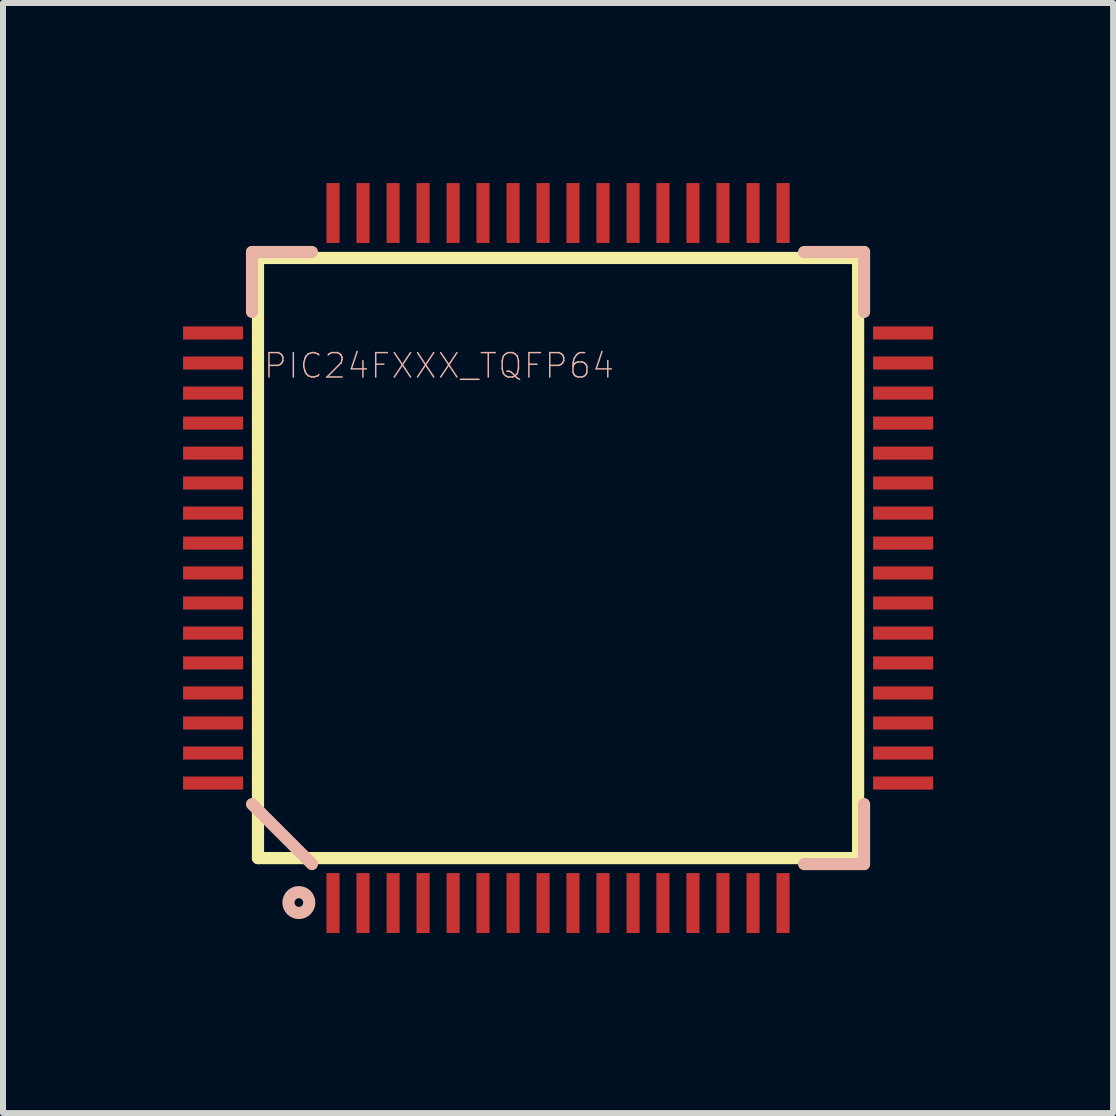
<source format=kicad_pcb>
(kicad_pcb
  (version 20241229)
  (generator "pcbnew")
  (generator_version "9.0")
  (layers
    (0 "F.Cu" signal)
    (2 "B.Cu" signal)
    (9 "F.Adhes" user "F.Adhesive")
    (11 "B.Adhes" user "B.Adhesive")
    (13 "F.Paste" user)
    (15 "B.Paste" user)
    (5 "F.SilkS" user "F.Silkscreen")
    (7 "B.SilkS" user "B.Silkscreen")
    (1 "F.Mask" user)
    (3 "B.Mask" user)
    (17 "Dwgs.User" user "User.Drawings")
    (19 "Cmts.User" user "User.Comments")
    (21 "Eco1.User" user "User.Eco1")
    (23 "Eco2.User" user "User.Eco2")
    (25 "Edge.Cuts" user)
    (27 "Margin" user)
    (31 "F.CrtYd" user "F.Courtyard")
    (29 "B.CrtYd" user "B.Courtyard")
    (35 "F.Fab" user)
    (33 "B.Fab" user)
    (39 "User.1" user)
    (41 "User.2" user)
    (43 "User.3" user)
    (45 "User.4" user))
  (footprint "PIC24FXXX_TQFP64"
    (layer "F.Cu")
    (at 6.247 6.247)
    (property "Reference" "PIC24FXXX_TQFP64" (at -1.984 -3.203 0) (layer "B.SilkS") (effects (font (size 0.406 0.406) (thickness 0.025))))
    (attr smd)
    (fp_line (start -4.999 -4.999) (end 4.999 -4.999) (stroke (width 0.203) (type solid)) (layer "F.SilkS"))
    (fp_line (start -4.999 4.999) (end -4.999 -4.999) (stroke (width 0.203) (type solid)) (layer "F.SilkS"))
    (fp_line (start 4.999 -4.999) (end 4.999 4.999) (stroke (width 0.203) (type solid)) (layer "F.SilkS"))
    (fp_line (start 4.999 4.999) (end -4.999 4.999) (stroke (width 0.203) (type solid)) (layer "F.SilkS"))
    (fp_line (start -5.098 -5.098) (end -4.1 -5.098) (stroke (width 0.203) (type solid)) (layer "B.SilkS"))
    (fp_line (start -5.098 -4.1) (end -5.098 -5.098) (stroke (width 0.203) (type solid)) (layer "B.SilkS"))
    (fp_line (start -5.098 4.1) (end -4.1 5.098) (stroke (width 0.203) (type solid)) (layer "B.SilkS"))
    (fp_line (start 4.1 -5.098) (end 5.098 -5.098) (stroke (width 0.203) (type solid)) (layer "B.SilkS"))
    (fp_line (start 4.1 5.098) (end 5.098 5.098) (stroke (width 0.203) (type solid)) (layer "B.SilkS"))
    (fp_line (start 5.098 -5.098) (end 5.098 -4.1) (stroke (width 0.203) (type solid)) (layer "B.SilkS"))
    (fp_line (start 5.098 5.098) (end 5.098 4.1) (stroke (width 0.203) (type solid)) (layer "B.SilkS"))
    (fp_circle (center -4.318 5.74) (end -4.369 5.791) (stroke (width 0.203) (type solid)) (fill no) (layer "B.SilkS"))
    (pad "1" smd rect (at -3.749 5.748) (size 0.218 0.998) (layers "F.Cu" "F.Mask" "F.Paste"))
    (pad "2" smd rect (at -3.249 5.748) (size 0.218 0.998) (layers "F.Cu" "F.Mask" "F.Paste"))
    (pad "3" smd rect (at -2.748 5.748) (size 0.218 0.998) (layers "F.Cu" "F.Mask" "F.Paste"))
    (pad "4" smd rect (at -2.248 5.748) (size 0.218 0.998) (layers "F.Cu" "F.Mask" "F.Paste"))
    (pad "5" smd rect (at -1.748 5.748) (size 0.218 0.998) (layers "F.Cu" "F.Mask" "F.Paste"))
    (pad "6" smd rect (at -1.25 5.748) (size 0.218 0.998) (layers "F.Cu" "F.Mask" "F.Paste"))
    (pad "7" smd rect (at -0.749 5.748) (size 0.218 0.998) (layers "F.Cu" "F.Mask" "F.Paste"))
    (pad "8" smd rect (at -0.249 5.748) (size 0.218 0.998) (layers "F.Cu" "F.Mask" "F.Paste"))
    (pad "9" smd rect (at 0.249 5.748) (size 0.218 0.998) (layers "F.Cu" "F.Mask" "F.Paste"))
    (pad "10" smd rect (at 0.749 5.748) (size 0.218 0.998) (layers "F.Cu" "F.Mask" "F.Paste"))
    (pad "11" smd rect (at 1.25 5.748) (size 0.218 0.998) (layers "F.Cu" "F.Mask" "F.Paste"))
    (pad "12" smd rect (at 1.748 5.748) (size 0.218 0.998) (layers "F.Cu" "F.Mask" "F.Paste"))
    (pad "13" smd rect (at 2.248 5.748) (size 0.218 0.998) (layers "F.Cu" "F.Mask" "F.Paste"))
    (pad "14" smd rect (at 2.748 5.748) (size 0.218 0.998) (layers "F.Cu" "F.Mask" "F.Paste"))
    (pad "15" smd rect (at 3.249 5.748) (size 0.218 0.998) (layers "F.Cu" "F.Mask" "F.Paste"))
    (pad "16" smd rect (at 3.749 5.748) (size 0.218 0.998) (layers "F.Cu" "F.Mask" "F.Paste"))
    (pad "17" smd rect (at 5.748 3.749 90) (size 0.218 0.998) (layers "F.Cu" "F.Mask" "F.Paste"))
    (pad "18" smd rect (at 5.748 3.249 90) (size 0.218 0.998) (layers "F.Cu" "F.Mask" "F.Paste"))
    (pad "19" smd rect (at 5.748 2.748 90) (size 0.218 0.998) (layers "F.Cu" "F.Mask" "F.Paste"))
    (pad "20" smd rect (at 5.748 2.248 90) (size 0.218 0.998) (layers "F.Cu" "F.Mask" "F.Paste"))
    (pad "21" smd rect (at 5.748 1.748 90) (size 0.218 0.998) (layers "F.Cu" "F.Mask" "F.Paste"))
    (pad "22" smd rect (at 5.748 1.25 90) (size 0.218 0.998) (layers "F.Cu" "F.Mask" "F.Paste"))
    (pad "23" smd rect (at 5.748 0.749 90) (size 0.218 0.998) (layers "F.Cu" "F.Mask" "F.Paste"))
    (pad "24" smd rect (at 5.748 0.249 90) (size 0.218 0.998) (layers "F.Cu" "F.Mask" "F.Paste"))
    (pad "25" smd rect (at 5.748 -0.249 90) (size 0.218 0.998) (layers "F.Cu" "F.Mask" "F.Paste"))
    (pad "26" smd rect (at 5.748 -0.749 90) (size 0.218 0.998) (layers "F.Cu" "F.Mask" "F.Paste"))
    (pad "27" smd rect (at 5.748 -1.25 90) (size 0.218 0.998) (layers "F.Cu" "F.Mask" "F.Paste"))
    (pad "28" smd rect (at 5.748 -1.748 90) (size 0.218 0.998) (layers "F.Cu" "F.Mask" "F.Paste"))
    (pad "29" smd rect (at 5.748 -2.248 90) (size 0.218 0.998) (layers "F.Cu" "F.Mask" "F.Paste"))
    (pad "30" smd rect (at 5.748 -2.748 90) (size 0.218 0.998) (layers "F.Cu" "F.Mask" "F.Paste"))
    (pad "31" smd rect (at 5.748 -3.249 90) (size 0.218 0.998) (layers "F.Cu" "F.Mask" "F.Paste"))
    (pad "32" smd rect (at 5.748 -3.749 90) (size 0.218 0.998) (layers "F.Cu" "F.Mask" "F.Paste"))
    (pad "33" smd rect (at 3.749 -5.748 180) (size 0.218 0.998) (layers "F.Cu" "F.Mask" "F.Paste"))
    (pad "34" smd rect (at 3.249 -5.748 180) (size 0.218 0.998) (layers "F.Cu" "F.Mask" "F.Paste"))
    (pad "35" smd rect (at 2.748 -5.748 180) (size 0.218 0.998) (layers "F.Cu" "F.Mask" "F.Paste"))
    (pad "36" smd rect (at 2.248 -5.748 180) (size 0.218 0.998) (layers "F.Cu" "F.Mask" "F.Paste"))
    (pad "37" smd rect (at 1.748 -5.748 180) (size 0.218 0.998) (layers "F.Cu" "F.Mask" "F.Paste"))
    (pad "38" smd rect (at 1.25 -5.748 180) (size 0.218 0.998) (layers "F.Cu" "F.Mask" "F.Paste"))
    (pad "39" smd rect (at 0.749 -5.748 180) (size 0.218 0.998) (layers "F.Cu" "F.Mask" "F.Paste"))
    (pad "40" smd rect (at 0.249 -5.748 180) (size 0.218 0.998) (layers "F.Cu" "F.Mask" "F.Paste"))
    (pad "41" smd rect (at -0.249 -5.748 180) (size 0.218 0.998) (layers "F.Cu" "F.Mask" "F.Paste"))
    (pad "42" smd rect (at -0.749 -5.748 180) (size 0.218 0.998) (layers "F.Cu" "F.Mask" "F.Paste"))
    (pad "43" smd rect (at -1.25 -5.748 180) (size 0.218 0.998) (layers "F.Cu" "F.Mask" "F.Paste"))
    (pad "44" smd rect (at -1.748 -5.748 180) (size 0.218 0.998) (layers "F.Cu" "F.Mask" "F.Paste"))
    (pad "45" smd rect (at -2.248 -5.748 180) (size 0.218 0.998) (layers "F.Cu" "F.Mask" "F.Paste"))
    (pad "46" smd rect (at -2.748 -5.748 180) (size 0.218 0.998) (layers "F.Cu" "F.Mask" "F.Paste"))
    (pad "47" smd rect (at -3.249 -5.748 180) (size 0.218 0.998) (layers "F.Cu" "F.Mask" "F.Paste"))
    (pad "48" smd rect (at -3.749 -5.748 180) (size 0.218 0.998) (layers "F.Cu" "F.Mask" "F.Paste"))
    (pad "49" smd rect (at -5.748 -3.749 270) (size 0.218 0.998) (layers "F.Cu" "F.Mask" "F.Paste"))
    (pad "50" smd rect (at -5.748 -3.249 270) (size 0.218 0.998) (layers "F.Cu" "F.Mask" "F.Paste"))
    (pad "51" smd rect (at -5.748 -2.748 270) (size 0.218 0.998) (layers "F.Cu" "F.Mask" "F.Paste"))
    (pad "52" smd rect (at -5.748 -2.248 270) (size 0.218 0.998) (layers "F.Cu" "F.Mask" "F.Paste"))
    (pad "53" smd rect (at -5.748 -1.748 270) (size 0.218 0.998) (layers "F.Cu" "F.Mask" "F.Paste"))
    (pad "54" smd rect (at -5.748 -1.25 270) (size 0.218 0.998) (layers "F.Cu" "F.Mask" "F.Paste"))
    (pad "55" smd rect (at -5.748 -0.749 270) (size 0.218 0.998) (layers "F.Cu" "F.Mask" "F.Paste"))
    (pad "56" smd rect (at -5.748 -0.249 270) (size 0.218 0.998) (layers "F.Cu" "F.Mask" "F.Paste"))
    (pad "57" smd rect (at -5.748 0.249 270) (size 0.218 0.998) (layers "F.Cu" "F.Mask" "F.Paste"))
    (pad "58" smd rect (at -5.748 0.749 270) (size 0.218 0.998) (layers "F.Cu" "F.Mask" "F.Paste"))
    (pad "59" smd rect (at -5.748 1.25 270) (size 0.218 0.998) (layers "F.Cu" "F.Mask" "F.Paste"))
    (pad "60" smd rect (at -5.748 1.748 270) (size 0.218 0.998) (layers "F.Cu" "F.Mask" "F.Paste"))
    (pad "61" smd rect (at -5.748 2.248 270) (size 0.218 0.998) (layers "F.Cu" "F.Mask" "F.Paste"))
    (pad "62" smd rect (at -5.748 2.748 270) (size 0.218 0.998) (layers "F.Cu" "F.Mask" "F.Paste"))
    (pad "63" smd rect (at -5.748 3.249 270) (size 0.218 0.998) (layers "F.Cu" "F.Mask" "F.Paste"))
    (pad "64" smd rect (at -5.748 3.749 270) (size 0.218 0.998) (layers "F.Cu" "F.Mask" "F.Paste")))
  (gr_rect
    (start -3 -3)
    (end 15.494 15.494)
    (stroke (width 0.1) (type default))
    (fill no)
    (layer "Edge.Cuts")))
</source>
